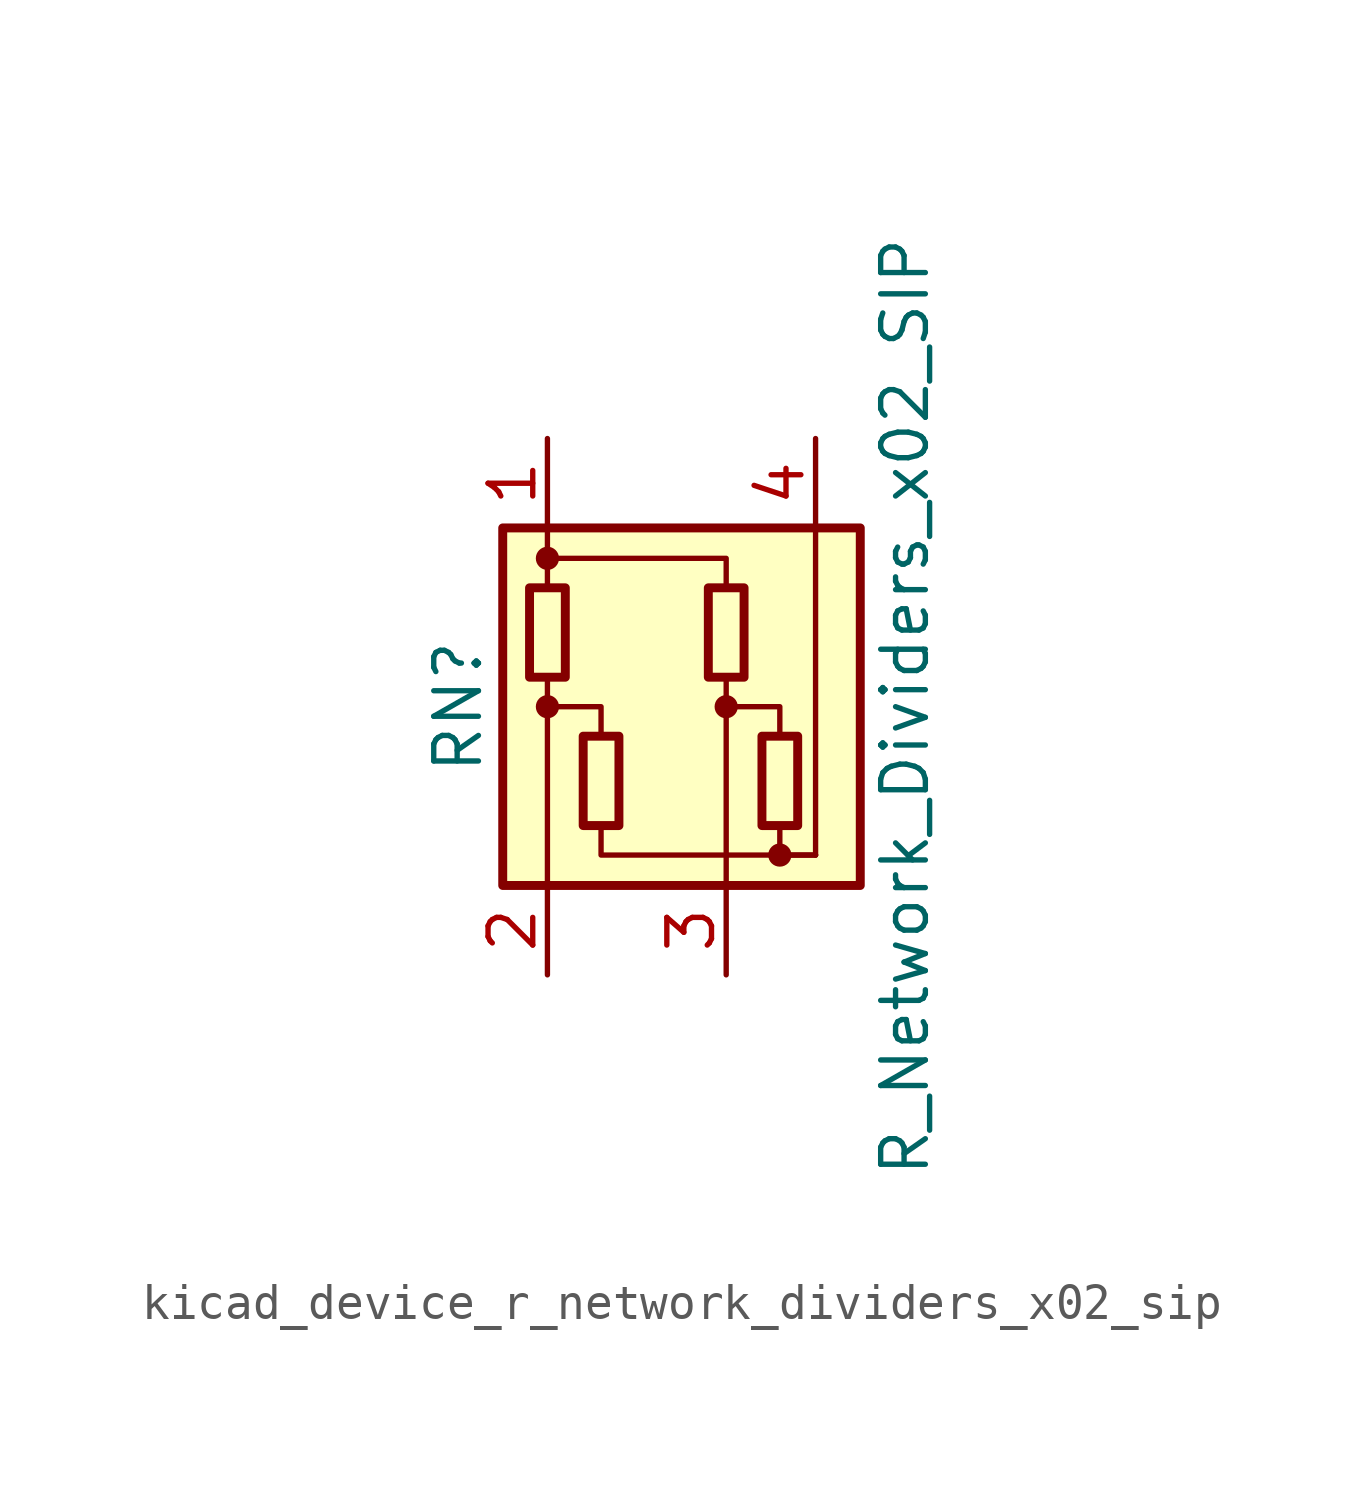
<source format=kicad_sym>
(kicad_symbol_lib
  (version 20220914)
  (generator kicad_symbol_editor)
  (symbol "kicad_device_r_network_dividers_x02_sip"
    (pin_names
      (offset 0) hide)
    (property "Reference" "RN"
      (at -7.62 0 90)
      (effects (font (size 1.27 1.27))))
    (property "Value" "R_Network_Dividers_x02_SIP"
      (at 5.08 0 90)
      (effects (font (size 1.27 1.27))))
    (symbol "kicad_device_r_network_dividers_x02_sip_0_1"
      (rectangle (start -6.35 -5.08) (end 3.81 5.08) (stroke (width 0.254) (type default)) (fill (type background)))
      (rectangle (start -5.588 3.378) (end -4.572 0.838) (stroke (width 0.254) (type default)) (fill (type none)))
      (circle (center -5.08 0) (radius 0.254) (stroke (width 0) (type default)) (fill (type outline)))
      (circle (center -5.08 4.216) (radius 0.254) (stroke (width 0) (type default)) (fill (type outline)))
      (rectangle (start -4.064 -3.378) (end -3.048 -0.838) (stroke (width 0.254) (type default)) (fill (type none)))
      (rectangle (start -0.508 3.378) (end 0.508 0.838) (stroke (width 0.254) (type default)) (fill (type none)))
      (polyline (pts (xy -5.08 -5.08) (xy -5.08 0.838)) (stroke (width 0) (type default)) (fill (type none)))
      (polyline (pts (xy -5.08 5.08) (xy -5.08 3.378)) (stroke (width 0) (type default)) (fill (type none)))
      (polyline (pts (xy 0 -5.08) (xy 0 0.838)) (stroke (width 0) (type default)) (fill (type none)))
      (polyline (pts (xy 2.54 -4.216) (xy 2.54 5.08)) (stroke (width 0) (type default)) (fill (type none)))
      (polyline (pts (xy -5.08 0) (xy -3.556 0) (xy -3.556 -0.838)) (stroke (width 0) (type default)) (fill (type none)))
      (polyline (pts (xy -5.08 4.216) (xy 0 4.216) (xy 0 3.378)) (stroke (width 0) (type default)) (fill (type none)))
      (polyline (pts (xy -3.556 -3.378) (xy -3.556 -4.216) (xy 2.54 -4.216)) (stroke (width 0) (type default)) (fill (type none)))
      (polyline (pts (xy 0 0) (xy 1.524 0) (xy 1.524 -0.838)) (stroke (width 0) (type default)) (fill (type none)))
      (polyline (pts (xy 1.524 -3.378) (xy 1.524 -4.216) (xy 2.54 -4.216)) (stroke (width 0) (type default)) (fill (type none)))
      (circle (center 0 0) (radius 0.254) (stroke (width 0) (type default)) (fill (type outline)))
      (rectangle (start 1.016 -3.378) (end 2.032 -0.838) (stroke (width 0.254) (type default)) (fill (type none)))
      (circle (center 1.524 -4.216) (radius 0.254) (stroke (width 0) (type default)) (fill (type outline))))
    (symbol "kicad_device_r_network_dividers_x02_sip_1_1"
      (pin passive line (at -5.08 7.62 270) (length 2.54) (name "COM1" (effects (font (size 1.27 1.27)))) (number "1" (effects (font (size 1.27 1.27)))))
      (pin passive line (at -5.08 -7.62 90) (length 2.54) (name "R1" (effects (font (size 1.27 1.27)))) (number "2" (effects (font (size 1.27 1.27)))))
      (pin passive line (at 0 -7.62 90) (length 2.54) (name "R2" (effects (font (size 1.27 1.27)))) (number "3" (effects (font (size 1.27 1.27)))))
      (pin passive line (at 2.54 7.62 270) (length 2.54) (name "COM2" (effects (font (size 1.27 1.27)))) (number "4" (effects (font (size 1.27 1.27))))))))
</source>
